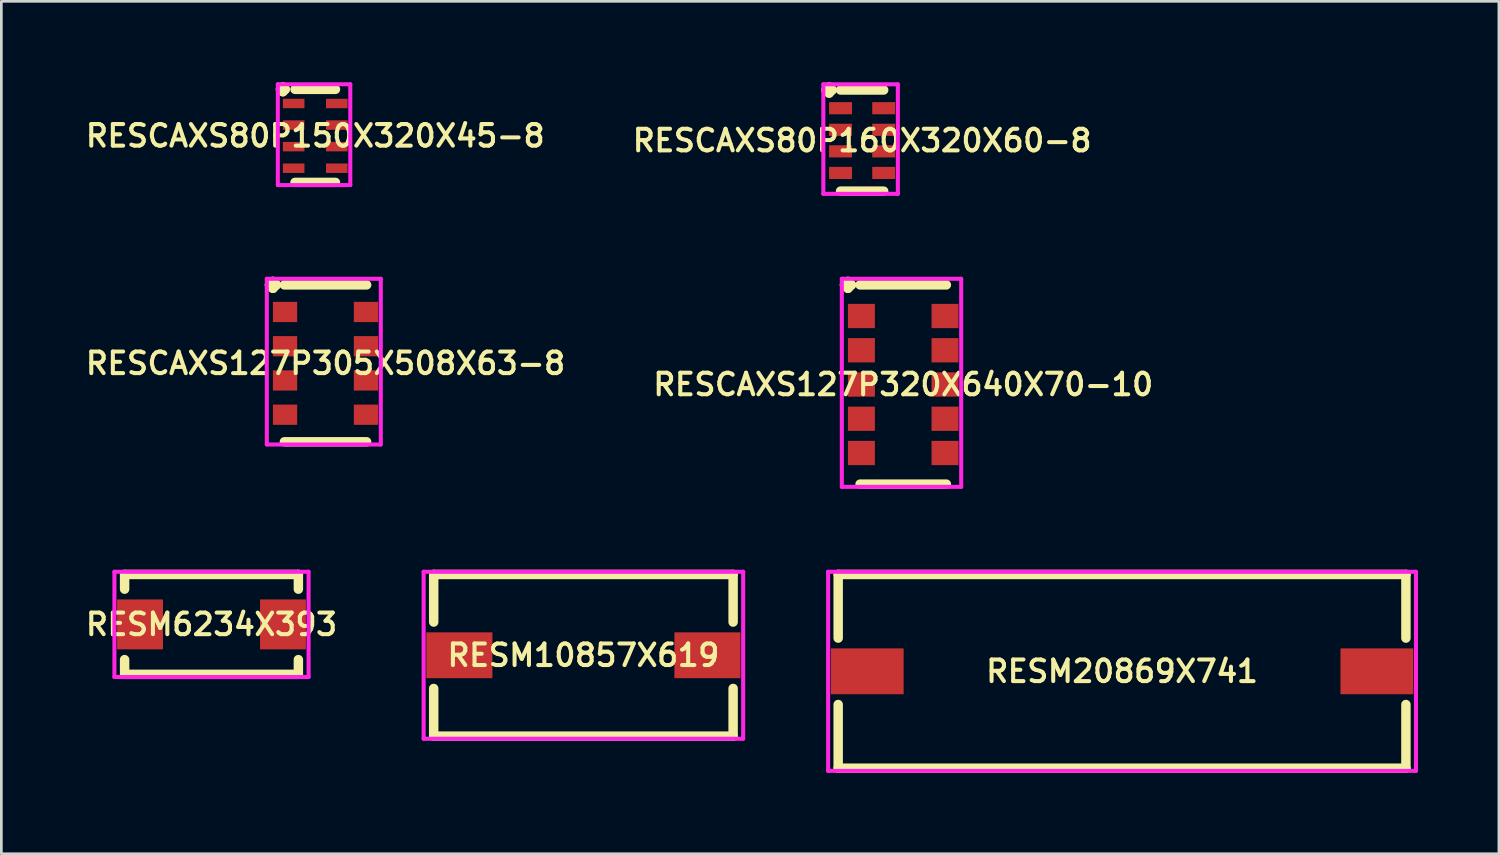
<source format=kicad_pcb>
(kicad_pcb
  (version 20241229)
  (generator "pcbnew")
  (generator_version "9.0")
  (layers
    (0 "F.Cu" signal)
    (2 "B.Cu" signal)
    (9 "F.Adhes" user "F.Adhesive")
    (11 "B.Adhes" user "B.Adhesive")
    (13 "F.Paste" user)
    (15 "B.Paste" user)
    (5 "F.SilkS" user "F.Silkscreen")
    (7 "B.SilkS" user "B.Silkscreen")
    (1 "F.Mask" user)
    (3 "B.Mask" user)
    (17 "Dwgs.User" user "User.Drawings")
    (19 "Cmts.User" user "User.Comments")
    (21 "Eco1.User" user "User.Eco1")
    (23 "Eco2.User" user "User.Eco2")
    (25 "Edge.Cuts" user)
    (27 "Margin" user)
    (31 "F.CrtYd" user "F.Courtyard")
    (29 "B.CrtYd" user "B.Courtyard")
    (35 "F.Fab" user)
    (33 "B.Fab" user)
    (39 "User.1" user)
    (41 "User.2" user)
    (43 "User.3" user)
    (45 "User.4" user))
  (footprint "RESM20869X741"
    (layer "F.Cu")
    (at 38.56 21.845)
    (property "Reference" "RESM20869X741" (at 0 0 0) (layer "F.SilkS") (effects (font (size 0.8 0.8) (thickness 0.15))))
    (attr smd)
    (fp_line (start -10.527 -3.592) (end 10.527 -3.592) (stroke (width 0.35) (type solid)) (layer "F.SilkS"))
    (fp_line (start -10.527 -1.231) (end -10.527 -3.592) (stroke (width 0.35) (type solid)) (layer "F.SilkS"))
    (fp_line (start -10.527 1.231) (end -10.527 3.592) (stroke (width 0.35) (type solid)) (layer "F.SilkS"))
    (fp_line (start -10.527 3.592) (end 10.527 3.592) (stroke (width 0.35) (type solid)) (layer "F.SilkS"))
    (fp_line (start 10.527 -3.592) (end 10.527 -1.231) (stroke (width 0.35) (type solid)) (layer "F.SilkS"))
    (fp_line (start 10.527 3.592) (end 10.527 1.231) (stroke (width 0.35) (type solid)) (layer "F.SilkS"))
    (fp_line (start -10.9 -3.692) (end 10.9 -3.692) (stroke (width 0.15) (type solid)) (layer "F.CrtYd"))
    (fp_line (start -10.9 3.692) (end -10.9 -3.692) (stroke (width 0.15) (type solid)) (layer "F.CrtYd"))
    (fp_line (start 10.9 -3.692) (end 10.9 3.692) (stroke (width 0.15) (type solid)) (layer "F.CrtYd"))
    (fp_line (start 10.9 3.692) (end -10.9 3.692) (stroke (width 0.15) (type solid)) (layer "F.CrtYd"))
    (pad "1" smd rect (at -9.45 0) (size 2.7 1.7) (layers "F.Cu" "F.Mask" "F.Paste"))
    (pad "2" smd rect (at 9.45 0) (size 2.7 1.7) (layers "F.Cu" "F.Mask" "F.Paste")))
  (footprint "RESM10857X619"
    (layer "F.Cu")
    (at 18.585 21.25)
    (property "Reference" "RESM10857X619" (at 0 0 0) (layer "F.SilkS") (effects (font (size 0.8 0.8) (thickness 0.15))))
    (attr smd)
    (fp_line (start -5.552 -2.997) (end 5.552 -2.997) (stroke (width 0.35) (type solid)) (layer "F.SilkS"))
    (fp_line (start -5.552 -1.231) (end -5.552 -2.997) (stroke (width 0.35) (type solid)) (layer "F.SilkS"))
    (fp_line (start -5.552 1.231) (end -5.552 2.997) (stroke (width 0.35) (type solid)) (layer "F.SilkS"))
    (fp_line (start -5.552 2.997) (end 5.552 2.997) (stroke (width 0.35) (type solid)) (layer "F.SilkS"))
    (fp_line (start 5.552 -2.997) (end 5.552 -1.231) (stroke (width 0.35) (type solid)) (layer "F.SilkS"))
    (fp_line (start 5.552 2.997) (end 5.552 1.231) (stroke (width 0.35) (type solid)) (layer "F.SilkS"))
    (fp_line (start -5.925 -3.097) (end 5.925 -3.097) (stroke (width 0.15) (type solid)) (layer "F.CrtYd"))
    (fp_line (start -5.925 3.097) (end -5.925 -3.097) (stroke (width 0.15) (type solid)) (layer "F.CrtYd"))
    (fp_line (start 5.925 -3.097) (end 5.925 3.097) (stroke (width 0.15) (type solid)) (layer "F.CrtYd"))
    (fp_line (start 5.925 3.097) (end -5.925 3.097) (stroke (width 0.15) (type solid)) (layer "F.CrtYd"))
    (pad "1" smd rect (at -4.6 0) (size 2.45 1.7) (layers "F.Cu" "F.Mask" "F.Paste"))
    (pad "2" smd rect (at 4.6 0) (size 2.45 1.7) (layers "F.Cu" "F.Mask" "F.Paste")))
  (footprint "RESCAXS127P320X640X70-10"
    (layer "F.Cu")
    (at 30.445 11.209)
    (property "Reference" "RESCAXS127P320X640X70-10" (at 0 0 0) (layer "F.SilkS") (effects (font (size 0.8 0.8) (thickness 0.15))))
    (attr smd)
    (fp_line (start -2.177 -3.694) (end -2.05 -3.821) (stroke (width 0.35) (type solid)) (layer "F.SilkS"))
    (fp_line (start -2.05 -3.821) (end -1.923 -3.694) (stroke (width 0.35) (type solid)) (layer "F.SilkS"))
    (fp_line (start -2.05 -3.567) (end -2.177 -3.694) (stroke (width 0.35) (type solid)) (layer "F.SilkS"))
    (fp_line (start -1.923 -3.694) (end -2.05 -3.567) (stroke (width 0.35) (type solid)) (layer "F.SilkS"))
    (fp_line (start -1.6 -3.694) (end 1.6 -3.694) (stroke (width 0.35) (type solid)) (layer "F.SilkS"))
    (fp_line (start -1.6 3.694) (end 1.6 3.694) (stroke (width 0.35) (type solid)) (layer "F.SilkS"))
    (fp_line (start -2.277 -3.921) (end 2.15 -3.921) (stroke (width 0.15) (type solid)) (layer "F.CrtYd"))
    (fp_line (start -2.277 3.794) (end -2.277 -3.921) (stroke (width 0.15) (type solid)) (layer "F.CrtYd"))
    (fp_line (start 2.15 -3.921) (end 2.15 3.794) (stroke (width 0.15) (type solid)) (layer "F.CrtYd"))
    (fp_line (start 2.15 3.794) (end -2.277 3.794) (stroke (width 0.15) (type solid)) (layer "F.CrtYd"))
    (pad "1" smd rect (at -1.55 -2.54) (size 1 0.9) (layers "F.Cu" "F.Mask" "F.Paste"))
    (pad "2" smd rect (at -1.55 -1.27) (size 1 0.9) (layers "F.Cu" "F.Mask" "F.Paste"))
    (pad "3" smd rect (at -1.55 0) (size 1 0.9) (layers "F.Cu" "F.Mask" "F.Paste"))
    (pad "4" smd rect (at -1.55 1.27) (size 1 0.9) (layers "F.Cu" "F.Mask" "F.Paste"))
    (pad "5" smd rect (at -1.55 2.54) (size 1 0.9) (layers "F.Cu" "F.Mask" "F.Paste"))
    (pad "6" smd rect (at 1.55 2.54) (size 1 0.9) (layers "F.Cu" "F.Mask" "F.Paste"))
    (pad "7" smd rect (at 1.55 1.27) (size 1 0.9) (layers "F.Cu" "F.Mask" "F.Paste"))
    (pad "8" smd rect (at 1.55 0) (size 1 0.9) (layers "F.Cu" "F.Mask" "F.Paste"))
    (pad "9" smd rect (at 1.55 -1.27) (size 1 0.9) (layers "F.Cu" "F.Mask" "F.Paste"))
    (pad "10" smd rect (at 1.55 -2.54) (size 1 0.9) (layers "F.Cu" "F.Mask" "F.Paste")))
  (footprint "RESCAXS127P305X508X63-8"
    (layer "F.Cu")
    (at 9.021 10.424)
    (property "Reference" "RESCAXS127P305X508X63-8" (at 0 0 0) (layer "F.SilkS") (effects (font (size 0.8 0.8) (thickness 0.15))))
    (attr smd)
    (fp_line (start -2.077 -2.909) (end -1.95 -3.036) (stroke (width 0.35) (type solid)) (layer "F.SilkS"))
    (fp_line (start -1.95 -3.036) (end -1.823 -2.909) (stroke (width 0.35) (type solid)) (layer "F.SilkS"))
    (fp_line (start -1.95 -2.782) (end -2.077 -2.909) (stroke (width 0.35) (type solid)) (layer "F.SilkS"))
    (fp_line (start -1.823 -2.909) (end -1.95 -2.782) (stroke (width 0.35) (type solid)) (layer "F.SilkS"))
    (fp_line (start -1.525 -2.909) (end 1.525 -2.909) (stroke (width 0.35) (type solid)) (layer "F.SilkS"))
    (fp_line (start -1.525 2.909) (end 1.525 2.909) (stroke (width 0.35) (type solid)) (layer "F.SilkS"))
    (fp_line (start -2.177 -3.136) (end 2.05 -3.136) (stroke (width 0.15) (type solid)) (layer "F.CrtYd"))
    (fp_line (start -2.177 3.009) (end -2.177 -3.136) (stroke (width 0.15) (type solid)) (layer "F.CrtYd"))
    (fp_line (start 2.05 -3.136) (end 2.05 3.009) (stroke (width 0.15) (type solid)) (layer "F.CrtYd"))
    (fp_line (start 2.05 3.009) (end -2.177 3.009) (stroke (width 0.15) (type solid)) (layer "F.CrtYd"))
    (pad "1" smd rect (at -1.5 -1.905) (size 0.9 0.75) (layers "F.Cu" "F.Mask" "F.Paste"))
    (pad "2" smd rect (at -1.5 -0.635) (size 0.9 0.75) (layers "F.Cu" "F.Mask" "F.Paste"))
    (pad "3" smd rect (at -1.5 0.635) (size 0.9 0.75) (layers "F.Cu" "F.Mask" "F.Paste"))
    (pad "4" smd rect (at -1.5 1.905) (size 0.9 0.75) (layers "F.Cu" "F.Mask" "F.Paste"))
    (pad "5" smd rect (at 1.5 1.905) (size 0.9 0.75) (layers "F.Cu" "F.Mask" "F.Paste"))
    (pad "6" smd rect (at 1.5 0.635) (size 0.9 0.75) (layers "F.Cu" "F.Mask" "F.Paste"))
    (pad "7" smd rect (at 1.5 -0.635) (size 0.9 0.75) (layers "F.Cu" "F.Mask" "F.Paste"))
    (pad "8" smd rect (at 1.5 -1.905) (size 0.9 0.75) (layers "F.Cu" "F.Mask" "F.Paste")))
  (footprint "RESCAXS80P160X320X60-8"
    (layer "F.Cu")
    (at 28.921 2.163)
    (property "Reference" "RESCAXS80P160X320X60-8" (at 0 0 0) (layer "F.SilkS") (effects (font (size 0.8 0.8) (thickness 0.15))))
    (attr smd)
    (fp_line (start -1.337 -1.875) (end -1.225 -1.988) (stroke (width 0.35) (type solid)) (layer "F.SilkS"))
    (fp_line (start -1.225 -1.988) (end -1.113 -1.875) (stroke (width 0.35) (type solid)) (layer "F.SilkS"))
    (fp_line (start -1.225 -1.762) (end -1.337 -1.875) (stroke (width 0.35) (type solid)) (layer "F.SilkS"))
    (fp_line (start -1.113 -1.875) (end -1.225 -1.762) (stroke (width 0.35) (type solid)) (layer "F.SilkS"))
    (fp_line (start -0.8 -1.875) (end 0.8 -1.875) (stroke (width 0.35) (type solid)) (layer "F.SilkS"))
    (fp_line (start -0.8 1.875) (end 0.8 1.875) (stroke (width 0.35) (type solid)) (layer "F.SilkS"))
    (fp_line (start -1.438 -2.087) (end 1.325 -2.087) (stroke (width 0.15) (type solid)) (layer "F.CrtYd"))
    (fp_line (start -1.438 1.975) (end -1.438 -2.087) (stroke (width 0.15) (type solid)) (layer "F.CrtYd"))
    (fp_line (start 1.325 -2.087) (end 1.325 1.975) (stroke (width 0.15) (type solid)) (layer "F.CrtYd"))
    (fp_line (start 1.325 1.975) (end -1.438 1.975) (stroke (width 0.15) (type solid)) (layer "F.CrtYd"))
    (pad "1" smd rect (at -0.8 -1.2) (size 0.85 0.45) (layers "F.Cu" "F.Mask" "F.Paste"))
    (pad "2" smd rect (at -0.8 -0.4) (size 0.85 0.45) (layers "F.Cu" "F.Mask" "F.Paste"))
    (pad "3" smd rect (at -0.8 0.4) (size 0.85 0.45) (layers "F.Cu" "F.Mask" "F.Paste"))
    (pad "4" smd rect (at -0.8 1.2) (size 0.85 0.45) (layers "F.Cu" "F.Mask" "F.Paste"))
    (pad "5" smd rect (at 0.8 1.2) (size 0.85 0.45) (layers "F.Cu" "F.Mask" "F.Paste"))
    (pad "6" smd rect (at 0.8 0.4) (size 0.85 0.45) (layers "F.Cu" "F.Mask" "F.Paste"))
    (pad "7" smd rect (at 0.8 -0.4) (size 0.85 0.45) (layers "F.Cu" "F.Mask" "F.Paste"))
    (pad "8" smd rect (at 0.8 -1.2) (size 0.85 0.45) (layers "F.Cu" "F.Mask" "F.Paste")))
  (footprint "RESM6234X393"
    (layer "F.Cu")
    (at 4.793 20.105)
    (property "Reference" "RESM6234X393" (at 0 0 0) (layer "F.SilkS") (effects (font (size 0.8 0.8) (thickness 0.15))))
    (attr smd)
    (fp_line (start -3.222 -1.852) (end 3.222 -1.852) (stroke (width 0.35) (type solid)) (layer "F.SilkS"))
    (fp_line (start -3.222 -1.306) (end -3.222 -1.852) (stroke (width 0.35) (type solid)) (layer "F.SilkS"))
    (fp_line (start -3.222 1.306) (end -3.222 1.852) (stroke (width 0.35) (type solid)) (layer "F.SilkS"))
    (fp_line (start -3.222 1.852) (end 3.222 1.852) (stroke (width 0.35) (type solid)) (layer "F.SilkS"))
    (fp_line (start 3.222 -1.852) (end 3.222 -1.306) (stroke (width 0.35) (type solid)) (layer "F.SilkS"))
    (fp_line (start 3.222 1.852) (end 3.222 1.306) (stroke (width 0.35) (type solid)) (layer "F.SilkS"))
    (fp_line (start -3.6 -1.952) (end 3.6 -1.952) (stroke (width 0.15) (type solid)) (layer "F.CrtYd"))
    (fp_line (start -3.6 1.952) (end -3.6 -1.952) (stroke (width 0.15) (type solid)) (layer "F.CrtYd"))
    (fp_line (start 3.6 -1.952) (end 3.6 1.952) (stroke (width 0.15) (type solid)) (layer "F.CrtYd"))
    (fp_line (start 3.6 1.952) (end -3.6 1.952) (stroke (width 0.15) (type solid)) (layer "F.CrtYd"))
    (pad "1" smd rect (at -2.65 0) (size 1.7 1.85) (layers "F.Cu" "F.Mask" "F.Paste"))
    (pad "2" smd rect (at 2.65 0) (size 1.7 1.85) (layers "F.Cu" "F.Mask" "F.Paste")))
  (footprint "RESCAXS80P150X320X45-8"
    (layer "F.Cu")
    (at 8.64 1.988)
    (property "Reference" "RESCAXS80P150X320X45-8" (at 0 0 0) (layer "F.SilkS") (effects (font (size 0.8 0.8) (thickness 0.15))))
    (attr smd)
    (fp_line (start -1.288 -1.725) (end -1.2 -1.812) (stroke (width 0.35) (type solid)) (layer "F.SilkS"))
    (fp_line (start -1.2 -1.812) (end -1.113 -1.725) (stroke (width 0.35) (type solid)) (layer "F.SilkS"))
    (fp_line (start -1.2 -1.637) (end -1.288 -1.725) (stroke (width 0.35) (type solid)) (layer "F.SilkS"))
    (fp_line (start -1.113 -1.725) (end -1.2 -1.637) (stroke (width 0.35) (type solid)) (layer "F.SilkS"))
    (fp_line (start -0.75 -1.725) (end 0.75 -1.725) (stroke (width 0.35) (type solid)) (layer "F.SilkS"))
    (fp_line (start -0.75 1.725) (end 0.75 1.725) (stroke (width 0.35) (type solid)) (layer "F.SilkS"))
    (fp_line (start -1.387 -1.913) (end 1.3 -1.913) (stroke (width 0.15) (type solid)) (layer "F.CrtYd"))
    (fp_line (start -1.387 1.825) (end -1.387 -1.913) (stroke (width 0.15) (type solid)) (layer "F.CrtYd"))
    (fp_line (start 1.3 -1.913) (end 1.3 1.825) (stroke (width 0.15) (type solid)) (layer "F.CrtYd"))
    (fp_line (start 1.3 1.825) (end -1.387 1.825) (stroke (width 0.15) (type solid)) (layer "F.CrtYd"))
    (pad "1" smd rect (at -0.8 -1.2) (size 0.8 0.35) (layers "F.Cu" "F.Mask" "F.Paste"))
    (pad "2" smd rect (at -0.8 -0.4) (size 0.8 0.35) (layers "F.Cu" "F.Mask" "F.Paste"))
    (pad "3" smd rect (at -0.8 0.4) (size 0.8 0.35) (layers "F.Cu" "F.Mask" "F.Paste"))
    (pad "4" smd rect (at -0.8 1.2) (size 0.8 0.35) (layers "F.Cu" "F.Mask" "F.Paste"))
    (pad "5" smd rect (at 0.8 1.2) (size 0.8 0.35) (layers "F.Cu" "F.Mask" "F.Paste"))
    (pad "6" smd rect (at 0.8 0.4) (size 0.8 0.35) (layers "F.Cu" "F.Mask" "F.Paste"))
    (pad "7" smd rect (at 0.8 -0.4) (size 0.8 0.35) (layers "F.Cu" "F.Mask" "F.Paste"))
    (pad "8" smd rect (at 0.8 -1.2) (size 0.8 0.35) (layers "F.Cu" "F.Mask" "F.Paste")))
  (gr_rect
    (start -3 -3)
    (end 52.535 28.611)
    (stroke (width 0.1) (type default))
    (fill no)
    (layer "Edge.Cuts")))
</source>
